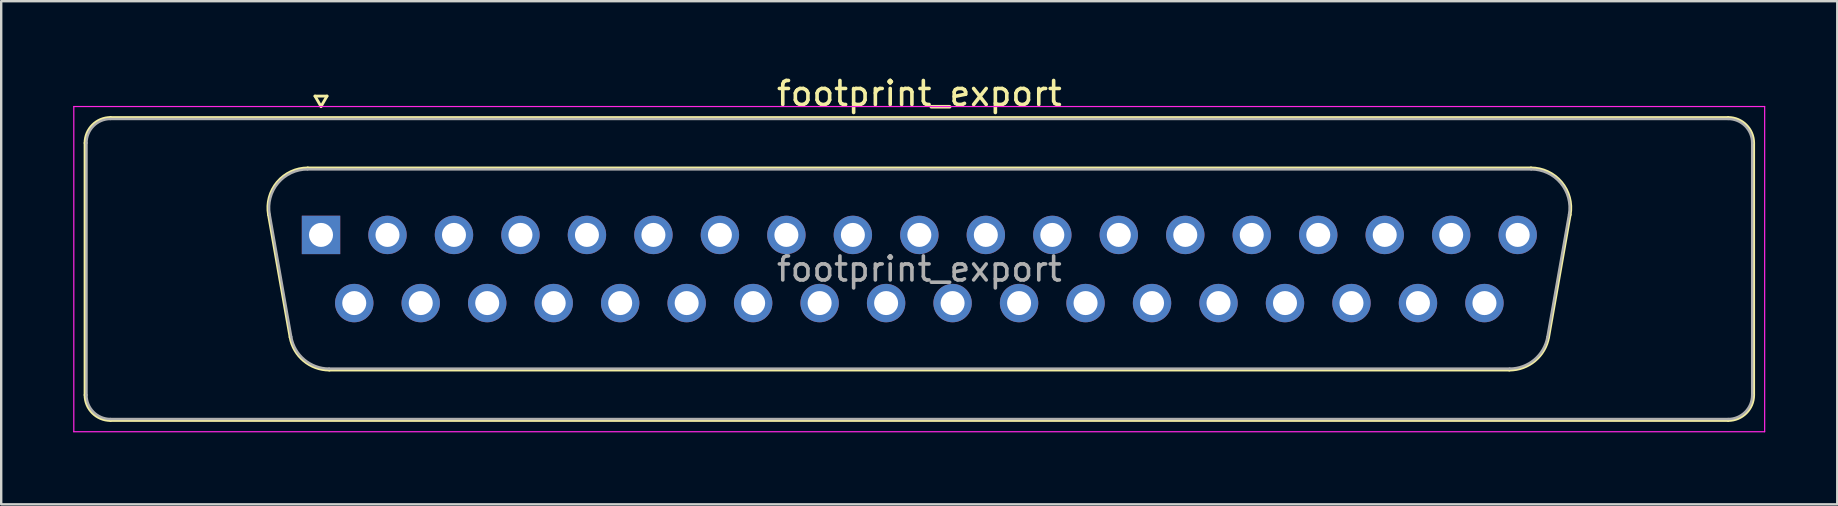
<source format=kicad_pcb>
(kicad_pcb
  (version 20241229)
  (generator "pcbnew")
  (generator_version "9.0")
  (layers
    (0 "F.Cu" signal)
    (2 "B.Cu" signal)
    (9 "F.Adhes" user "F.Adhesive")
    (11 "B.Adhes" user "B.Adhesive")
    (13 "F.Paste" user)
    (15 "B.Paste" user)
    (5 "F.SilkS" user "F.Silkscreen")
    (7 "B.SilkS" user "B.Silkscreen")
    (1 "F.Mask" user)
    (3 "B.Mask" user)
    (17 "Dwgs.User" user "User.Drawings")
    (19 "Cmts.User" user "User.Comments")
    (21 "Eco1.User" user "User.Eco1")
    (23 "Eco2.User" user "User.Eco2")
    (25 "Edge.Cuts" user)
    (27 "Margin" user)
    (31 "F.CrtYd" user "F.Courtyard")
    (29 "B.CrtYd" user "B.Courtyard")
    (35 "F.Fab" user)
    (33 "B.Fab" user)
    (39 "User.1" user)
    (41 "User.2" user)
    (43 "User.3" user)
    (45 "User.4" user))
  (footprint "footprint_export"
    (layer "F.Cu")
    (at 10.325 6.738)
    (property "Reference" "footprint_export" (at 24.93 -5.89 0) (layer "F.SilkS") (effects (font (size 1 1) (thickness 0.15))))
    (attr through_hole)
    (fp_line (start -9.83 6.67) (end -9.83 -3.83) (stroke (width 0.12) (type solid)) (layer "F.SilkS"))
    (fp_line (start -8.77 -4.89) (end 58.63 -4.89) (stroke (width 0.12) (type solid)) (layer "F.SilkS"))
    (fp_line (start -2.186 -0.842) (end -1.287 4.258) (stroke (width 0.12) (type solid)) (layer "F.SilkS"))
    (fp_line (start -0.552 -2.79) (end 50.412 -2.79) (stroke (width 0.12) (type solid)) (layer "F.SilkS"))
    (fp_line (start -0.25 -5.784) (end 0.25 -5.784) (stroke (width 0.12) (type solid)) (layer "F.SilkS"))
    (fp_line (start 0 -5.351) (end -0.25 -5.784) (stroke (width 0.12) (type solid)) (layer "F.SilkS"))
    (fp_line (start 0.25 -5.784) (end 0 -5.351) (stroke (width 0.12) (type solid)) (layer "F.SilkS"))
    (fp_line (start 0.348 5.63) (end 49.512 5.63) (stroke (width 0.12) (type solid)) (layer "F.SilkS"))
    (fp_line (start 52.046 -0.842) (end 51.147 4.258) (stroke (width 0.12) (type solid)) (layer "F.SilkS"))
    (fp_line (start 58.63 7.73) (end -8.77 7.73) (stroke (width 0.12) (type solid)) (layer "F.SilkS"))
    (fp_line (start 59.69 -3.83) (end 59.69 6.67) (stroke (width 0.12) (type solid)) (layer "F.SilkS"))
    (fp_arc (start -9.83 -3.83) (mid -9.519533 -4.579533) (end -8.77 -4.89) (stroke (width 0.12) (type solid)) (layer "F.SilkS"))
    (fp_arc (start -8.77 7.73) (mid -9.519533 7.419533) (end -9.83 6.67) (stroke (width 0.12) (type solid)) (layer "F.SilkS"))
    (fp_arc (start -2.18647 -0.841744) (mid -1.823323 -2.197028) (end -0.551689 -2.79) (stroke (width 0.12) (type solid)) (layer "F.SilkS"))
    (fp_arc (start 0.347579 5.63) (mid -0.719448 5.241634) (end -1.287202 4.258256) (stroke (width 0.12) (type solid)) (layer "F.SilkS"))
    (fp_arc (start 50.411689 -2.79) (mid 51.683323 -2.197027) (end 52.04647 -0.841744) (stroke (width 0.12) (type solid)) (layer "F.SilkS"))
    (fp_arc (start 51.147202 4.258256) (mid 50.579449 5.241634) (end 49.512421 5.63) (stroke (width 0.12) (type solid)) (layer "F.SilkS"))
    (fp_arc (start 58.63 -4.89) (mid 59.379533 -4.579533) (end 59.69 -3.83) (stroke (width 0.12) (type solid)) (layer "F.SilkS"))
    (fp_arc (start 59.69 6.67) (mid 59.379533 7.419533) (end 58.63 7.73) (stroke (width 0.12) (type solid)) (layer "F.SilkS"))
    (fp_line (start -10.3 -5.35) (end -10.3 8.2) (stroke (width 0.05) (type solid)) (layer "F.CrtYd"))
    (fp_line (start -10.3 8.2) (end 60.15 8.2) (stroke (width 0.05) (type solid)) (layer "F.CrtYd"))
    (fp_line (start 60.15 -5.35) (end -10.3 -5.35) (stroke (width 0.05) (type solid)) (layer "F.CrtYd"))
    (fp_line (start 60.15 8.2) (end 60.15 -5.35) (stroke (width 0.05) (type solid)) (layer "F.CrtYd"))
    (fp_line (start -9.77 6.67) (end -9.77 -3.83) (stroke (width 0.1) (type solid)) (layer "F.Fab"))
    (fp_line (start -8.77 -4.83) (end 58.63 -4.83) (stroke (width 0.1) (type solid)) (layer "F.Fab"))
    (fp_line (start -2.139 -0.852) (end -1.24 4.248) (stroke (width 0.1) (type solid)) (layer "F.Fab"))
    (fp_line (start -0.563 -2.73) (end 50.423 -2.73) (stroke (width 0.1) (type solid)) (layer "F.Fab"))
    (fp_line (start 0.336 5.57) (end 49.524 5.57) (stroke (width 0.1) (type solid)) (layer "F.Fab"))
    (fp_line (start 51.999 -0.852) (end 51.1 4.248) (stroke (width 0.1) (type solid)) (layer "F.Fab"))
    (fp_line (start 58.63 7.67) (end -8.77 7.67) (stroke (width 0.1) (type solid)) (layer "F.Fab"))
    (fp_line (start 59.63 -3.83) (end 59.63 6.67) (stroke (width 0.1) (type solid)) (layer "F.Fab"))
    (fp_arc (start -9.77 -3.83) (mid -9.477107 -4.537107) (end -8.77 -4.83) (stroke (width 0.1) (type solid)) (layer "F.Fab"))
    (fp_arc (start -8.77 7.67) (mid -9.477107 7.377107) (end -9.77 6.67) (stroke (width 0.1) (type solid)) (layer "F.Fab"))
    (fp_arc (start -2.138886 -0.852163) (mid -1.788865 -2.15846) (end -0.563194 -2.73) (stroke (width 0.1) (type solid)) (layer "F.Fab"))
    (fp_arc (start 0.336073 5.57) (mid -0.692387 5.195671) (end -1.239619 4.247837) (stroke (width 0.1) (type solid)) (layer "F.Fab"))
    (fp_arc (start 50.423194 -2.73) (mid 51.648865 -2.15846) (end 51.998886 -0.852163) (stroke (width 0.1) (type solid)) (layer "F.Fab"))
    (fp_arc (start 51.099619 4.247837) (mid 50.552387 5.195671) (end 49.523927 5.57) (stroke (width 0.1) (type solid)) (layer "F.Fab"))
    (fp_arc (start 58.63 -4.83) (mid 59.337107 -4.537107) (end 59.63 -3.83) (stroke (width 0.1) (type solid)) (layer "F.Fab"))
    (fp_arc (start 59.63 6.67) (mid 59.337107 7.377107) (end 58.63 7.67) (stroke (width 0.1) (type solid)) (layer "F.Fab"))
    (fp_text user "${REFERENCE}" (at 24.93 1.42 0) (layer "F.Fab") (effects (font (size 1 1) (thickness 0.15))))
    (pad "1" thru_hole rect (at 0 0) (size 1.6 1.6) (drill 1) (layers "*.Cu" "*.Mask"))
    (pad "2" thru_hole circle (at 2.77 0) (size 1.6 1.6) (drill 1) (layers "*.Cu" "*.Mask"))
    (pad "3" thru_hole circle (at 5.54 0) (size 1.6 1.6) (drill 1) (layers "*.Cu" "*.Mask"))
    (pad "4" thru_hole circle (at 8.31 0) (size 1.6 1.6) (drill 1) (layers "*.Cu" "*.Mask"))
    (pad "5" thru_hole circle (at 11.08 0) (size 1.6 1.6) (drill 1) (layers "*.Cu" "*.Mask"))
    (pad "6" thru_hole circle (at 13.85 0) (size 1.6 1.6) (drill 1) (layers "*.Cu" "*.Mask"))
    (pad "7" thru_hole circle (at 16.62 0) (size 1.6 1.6) (drill 1) (layers "*.Cu" "*.Mask"))
    (pad "8" thru_hole circle (at 19.39 0) (size 1.6 1.6) (drill 1) (layers "*.Cu" "*.Mask"))
    (pad "9" thru_hole circle (at 22.16 0) (size 1.6 1.6) (drill 1) (layers "*.Cu" "*.Mask"))
    (pad "10" thru_hole circle (at 24.93 0) (size 1.6 1.6) (drill 1) (layers "*.Cu" "*.Mask"))
    (pad "11" thru_hole circle (at 27.7 0) (size 1.6 1.6) (drill 1) (layers "*.Cu" "*.Mask"))
    (pad "12" thru_hole circle (at 30.47 0) (size 1.6 1.6) (drill 1) (layers "*.Cu" "*.Mask"))
    (pad "13" thru_hole circle (at 33.24 0) (size 1.6 1.6) (drill 1) (layers "*.Cu" "*.Mask"))
    (pad "14" thru_hole circle (at 36.01 0) (size 1.6 1.6) (drill 1) (layers "*.Cu" "*.Mask"))
    (pad "15" thru_hole circle (at 38.78 0) (size 1.6 1.6) (drill 1) (layers "*.Cu" "*.Mask"))
    (pad "16" thru_hole circle (at 41.55 0) (size 1.6 1.6) (drill 1) (layers "*.Cu" "*.Mask"))
    (pad "17" thru_hole circle (at 44.32 0) (size 1.6 1.6) (drill 1) (layers "*.Cu" "*.Mask"))
    (pad "18" thru_hole circle (at 47.09 0) (size 1.6 1.6) (drill 1) (layers "*.Cu" "*.Mask"))
    (pad "19" thru_hole circle (at 49.86 0) (size 1.6 1.6) (drill 1) (layers "*.Cu" "*.Mask"))
    (pad "20" thru_hole circle (at 1.385 2.84) (size 1.6 1.6) (drill 1) (layers "*.Cu" "*.Mask"))
    (pad "21" thru_hole circle (at 4.155 2.84) (size 1.6 1.6) (drill 1) (layers "*.Cu" "*.Mask"))
    (pad "22" thru_hole circle (at 6.925 2.84) (size 1.6 1.6) (drill 1) (layers "*.Cu" "*.Mask"))
    (pad "23" thru_hole circle (at 9.695 2.84) (size 1.6 1.6) (drill 1) (layers "*.Cu" "*.Mask"))
    (pad "24" thru_hole circle (at 12.465 2.84) (size 1.6 1.6) (drill 1) (layers "*.Cu" "*.Mask"))
    (pad "25" thru_hole circle (at 15.235 2.84) (size 1.6 1.6) (drill 1) (layers "*.Cu" "*.Mask"))
    (pad "26" thru_hole circle (at 18.005 2.84) (size 1.6 1.6) (drill 1) (layers "*.Cu" "*.Mask"))
    (pad "27" thru_hole circle (at 20.775 2.84) (size 1.6 1.6) (drill 1) (layers "*.Cu" "*.Mask"))
    (pad "28" thru_hole circle (at 23.545 2.84) (size 1.6 1.6) (drill 1) (layers "*.Cu" "*.Mask"))
    (pad "29" thru_hole circle (at 26.315 2.84) (size 1.6 1.6) (drill 1) (layers "*.Cu" "*.Mask"))
    (pad "30" thru_hole circle (at 29.085 2.84) (size 1.6 1.6) (drill 1) (layers "*.Cu" "*.Mask"))
    (pad "31" thru_hole circle (at 31.855 2.84) (size 1.6 1.6) (drill 1) (layers "*.Cu" "*.Mask"))
    (pad "32" thru_hole circle (at 34.625 2.84) (size 1.6 1.6) (drill 1) (layers "*.Cu" "*.Mask"))
    (pad "33" thru_hole circle (at 37.395 2.84) (size 1.6 1.6) (drill 1) (layers "*.Cu" "*.Mask"))
    (pad "34" thru_hole circle (at 40.165 2.84) (size 1.6 1.6) (drill 1) (layers "*.Cu" "*.Mask"))
    (pad "35" thru_hole circle (at 42.935 2.84) (size 1.6 1.6) (drill 1) (layers "*.Cu" "*.Mask"))
    (pad "36" thru_hole circle (at 45.705 2.84) (size 1.6 1.6) (drill 1) (layers "*.Cu" "*.Mask"))
    (pad "37" thru_hole circle (at 48.475 2.84) (size 1.6 1.6) (drill 1) (layers "*.Cu" "*.Mask")))
  (gr_rect
    (start -3 -3)
    (end 73.5 17.963)
    (stroke (width 0.1) (type default))
    (fill no)
    (layer "Edge.Cuts")))
</source>
